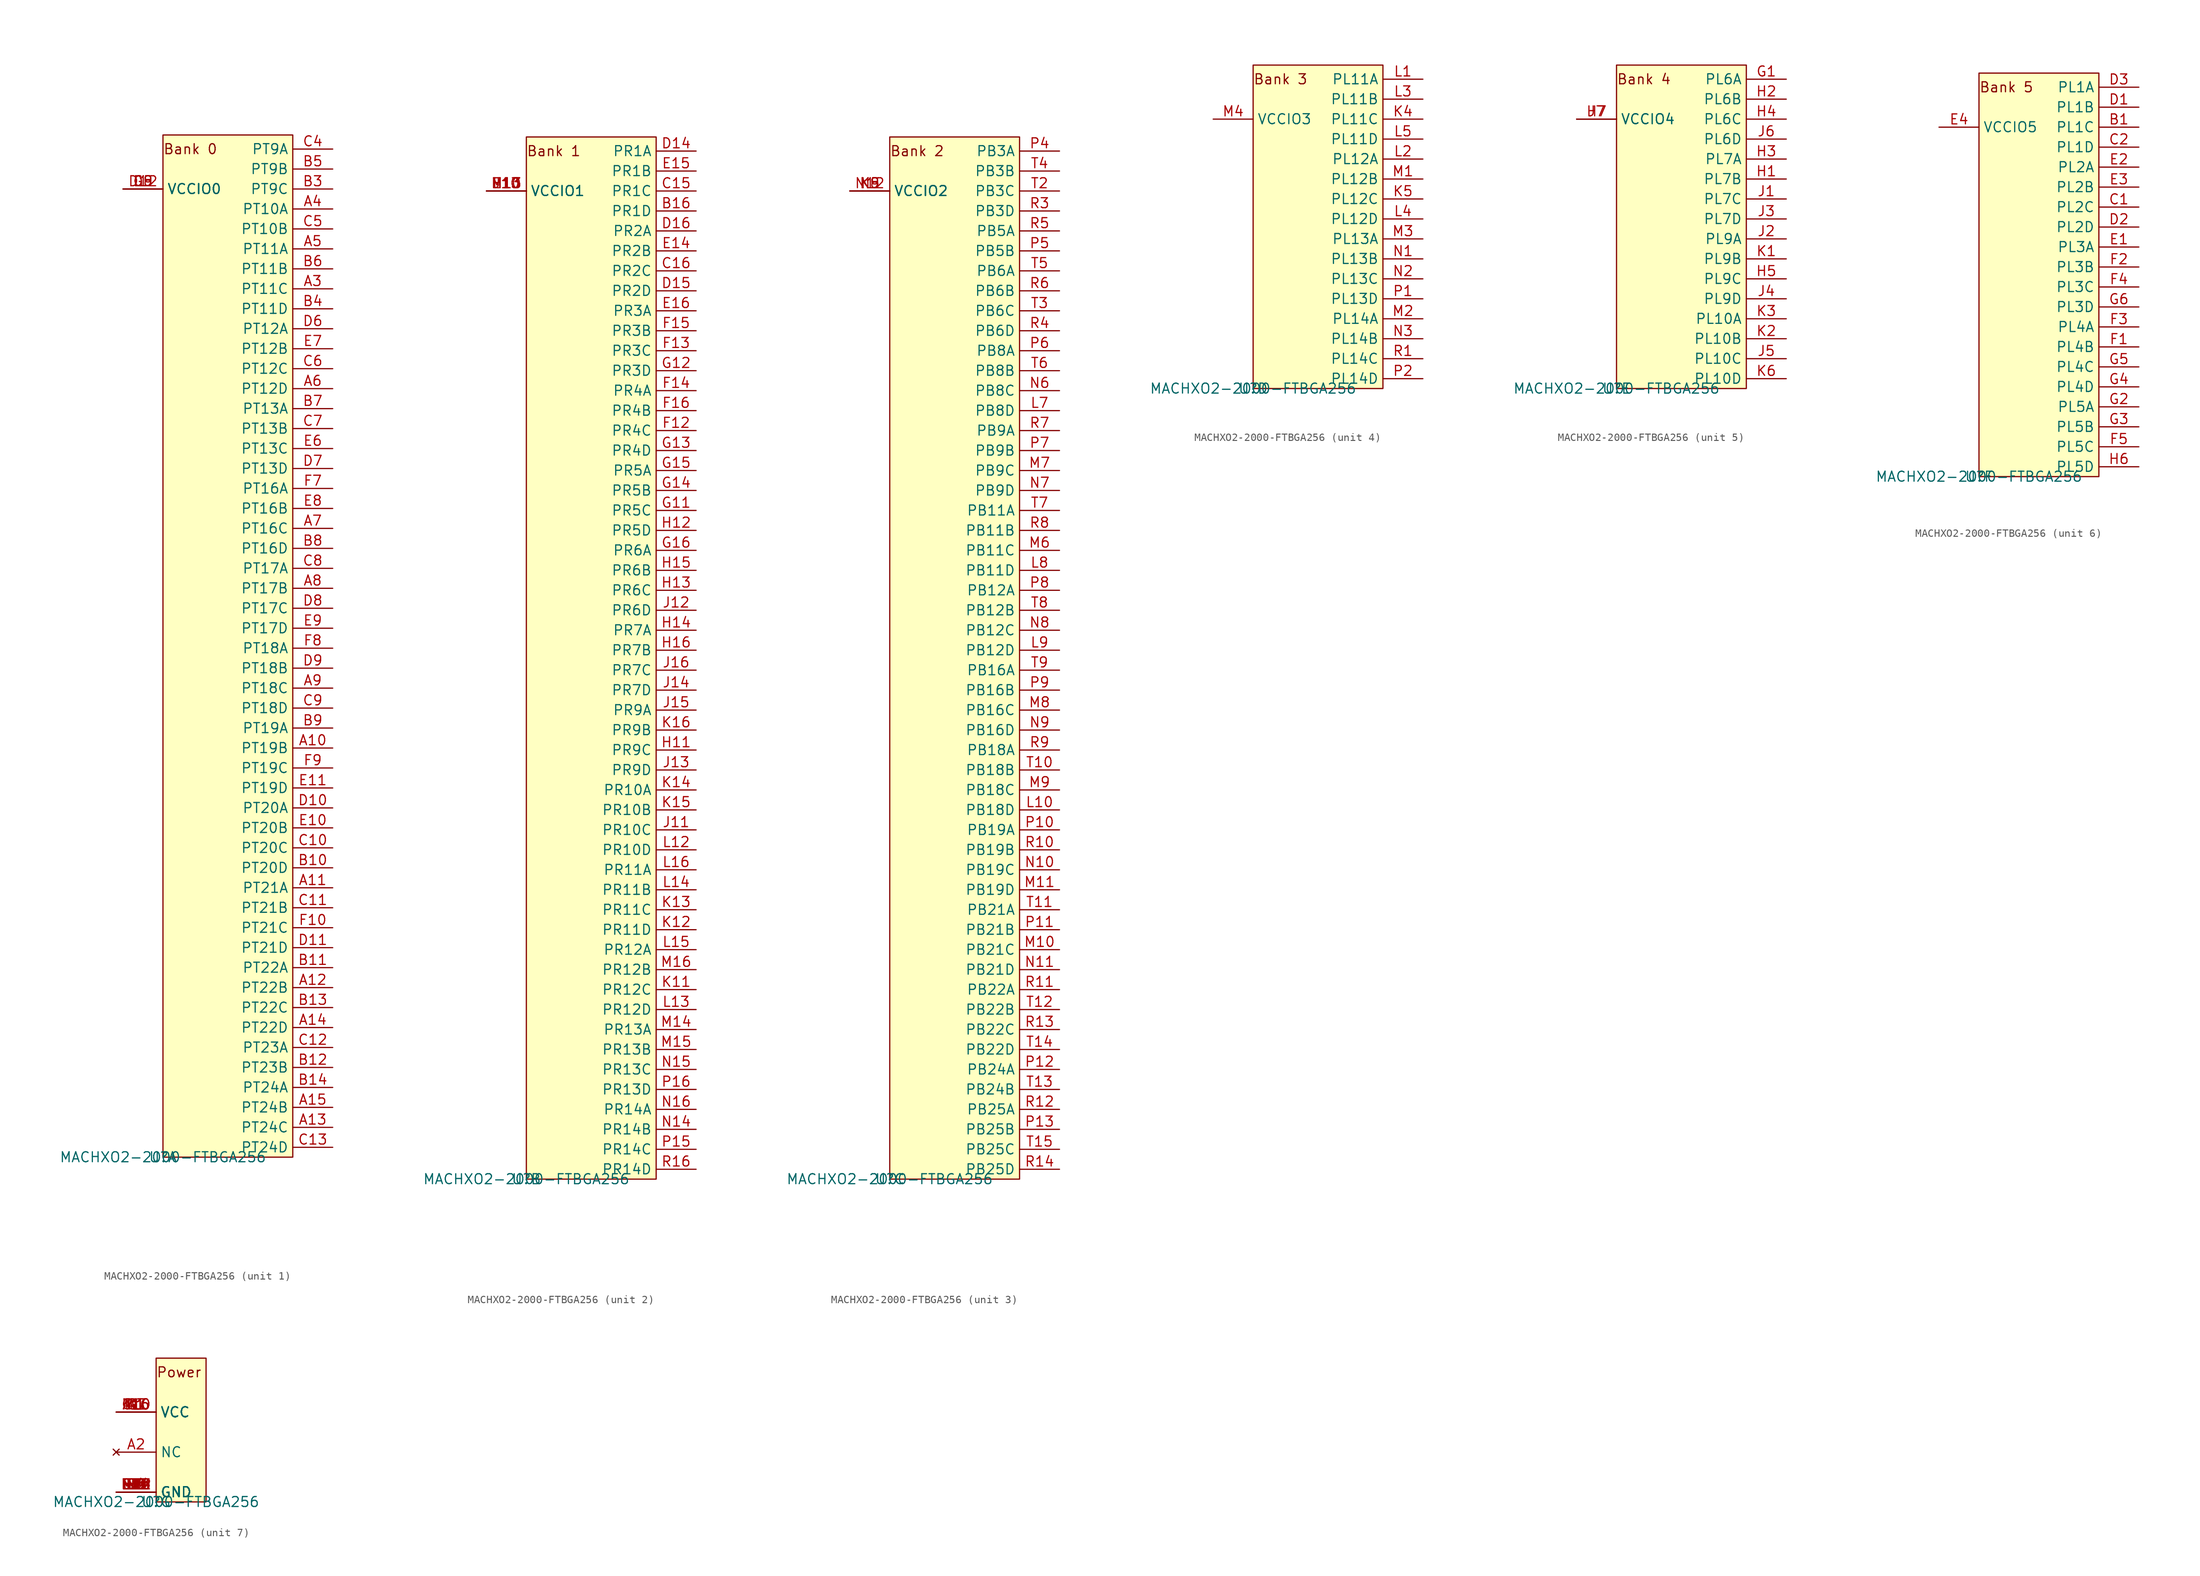
<source format=kicad_sym>
(kicad_symbol_lib
  (version 20211014)
  (generator kicad_symbol_editor)
  (symbol "MACHXO2-2000-FTBGA256"
    (property "Reference" "U"
      (at 0 0 0)
      (effects (font (size 1.27 1.27))))
    (property "Value" "MACHXO2-2000-FTBGA256"
      (at 0 0 0)
      (effects (font (size 1.27 1.27))))
    (property "ki_locked" ""
      (at 0 0 0)
      (effects (font (size 1.27 1.27))))
    (symbol "MACHXO2-2000-FTBGA256_1_0"
      (pin power_in line (at -5.08 123.174 0) (length 5.08) (name "VCCIO0" (effects (font (size 1.27 1.27)))) (number "D5" (effects (font (size 1.27 1.27)))))
      (pin power_in line (at -5.08 123.174 0) (length 5.08) (name "VCCIO0" (effects (font (size 1.27 1.27)))) (number "G8" (effects (font (size 1.27 1.27)))))
      (pin power_in line (at -5.08 123.174 0) (length 5.08) (name "VCCIO0" (effects (font (size 1.27 1.27)))) (number "D12" (effects (font (size 1.27 1.27)))))
      (pin power_in line (at -5.08 123.174 0) (length 5.08) (name "VCCIO0" (effects (font (size 1.27 1.27)))) (number "G9" (effects (font (size 1.27 1.27)))))
      (pin bidirectional line (at 21.59 128.254 180) (length 5.08) (name "PT9A" (effects (font (size 1.27 1.27)))) (number "C4" (effects (font (size 1.27 1.27)))))
      (pin bidirectional line (at 21.59 125.714 180) (length 5.08) (name "PT9B" (effects (font (size 1.27 1.27)))) (number "B5" (effects (font (size 1.27 1.27)))))
      (pin bidirectional line (at 21.59 123.174 180) (length 5.08) (name "PT9C" (effects (font (size 1.27 1.27)))) (number "B3" (effects (font (size 1.27 1.27)))))
      (pin bidirectional line (at 21.59 120.634 180) (length 5.08) (name "PT10A" (effects (font (size 1.27 1.27)))) (number "A4" (effects (font (size 1.27 1.27)))))
      (pin bidirectional line (at 21.59 118.094 180) (length 5.08) (name "PT10B" (effects (font (size 1.27 1.27)))) (number "C5" (effects (font (size 1.27 1.27)))))
      (pin bidirectional line (at 21.59 115.554 180) (length 5.08) (name "PT11A" (effects (font (size 1.27 1.27)))) (number "A5" (effects (font (size 1.27 1.27)))))
      (pin bidirectional line (at 21.59 113.014 180) (length 5.08) (name "PT11B" (effects (font (size 1.27 1.27)))) (number "B6" (effects (font (size 1.27 1.27)))))
      (pin bidirectional line (at 21.59 110.474 180) (length 5.08) (name "PT11C" (effects (font (size 1.27 1.27)))) (number "A3" (effects (font (size 1.27 1.27)))))
      (pin bidirectional line (at 21.59 107.934 180) (length 5.08) (name "PT11D" (effects (font (size 1.27 1.27)))) (number "B4" (effects (font (size 1.27 1.27)))))
      (pin bidirectional line (at 21.59 105.394 180) (length 5.08) (name "PT12A" (effects (font (size 1.27 1.27)))) (number "D6" (effects (font (size 1.27 1.27)))))
      (pin bidirectional line (at 21.59 102.854 180) (length 5.08) (name "PT12B" (effects (font (size 1.27 1.27)))) (number "E7" (effects (font (size 1.27 1.27)))))
      (pin bidirectional line (at 21.59 100.314 180) (length 5.08) (name "PT12C" (effects (font (size 1.27 1.27)))) (number "C6" (effects (font (size 1.27 1.27)))))
      (pin bidirectional line (at 21.59 97.774 180) (length 5.08) (name "PT12D" (effects (font (size 1.27 1.27)))) (number "A6" (effects (font (size 1.27 1.27)))))
      (pin bidirectional line (at 21.59 95.234 180) (length 5.08) (name "PT13A" (effects (font (size 1.27 1.27)))) (number "B7" (effects (font (size 1.27 1.27)))))
      (pin bidirectional line (at 21.59 92.694 180) (length 5.08) (name "PT13B" (effects (font (size 1.27 1.27)))) (number "C7" (effects (font (size 1.27 1.27)))))
      (pin bidirectional line (at 21.59 90.154 180) (length 5.08) (name "PT13C" (effects (font (size 1.27 1.27)))) (number "E6" (effects (font (size 1.27 1.27)))))
      (pin bidirectional line (at 21.59 87.614 180) (length 5.08) (name "PT13D" (effects (font (size 1.27 1.27)))) (number "D7" (effects (font (size 1.27 1.27)))))
      (pin bidirectional line (at 21.59 85.074 180) (length 5.08) (name "PT16A" (effects (font (size 1.27 1.27)))) (number "F7" (effects (font (size 1.27 1.27)))))
      (pin bidirectional line (at 21.59 82.534 180) (length 5.08) (name "PT16B" (effects (font (size 1.27 1.27)))) (number "E8" (effects (font (size 1.27 1.27)))))
      (pin bidirectional line (at 21.59 79.994 180) (length 5.08) (name "PT16C" (effects (font (size 1.27 1.27)))) (number "A7" (effects (font (size 1.27 1.27)))))
      (pin bidirectional line (at 21.59 77.454 180) (length 5.08) (name "PT16D" (effects (font (size 1.27 1.27)))) (number "B8" (effects (font (size 1.27 1.27)))))
      (pin bidirectional line (at 21.59 74.914 180) (length 5.08) (name "PT17A" (effects (font (size 1.27 1.27)))) (number "C8" (effects (font (size 1.27 1.27)))))
      (pin bidirectional line (at 21.59 72.374 180) (length 5.08) (name "PT17B" (effects (font (size 1.27 1.27)))) (number "A8" (effects (font (size 1.27 1.27)))))
      (pin bidirectional line (at 21.59 69.834 180) (length 5.08) (name "PT17C" (effects (font (size 1.27 1.27)))) (number "D8" (effects (font (size 1.27 1.27)))))
      (pin bidirectional line (at 21.59 67.294 180) (length 5.08) (name "PT17D" (effects (font (size 1.27 1.27)))) (number "E9" (effects (font (size 1.27 1.27)))))
      (pin bidirectional line (at 21.59 64.754 180) (length 5.08) (name "PT18A" (effects (font (size 1.27 1.27)))) (number "F8" (effects (font (size 1.27 1.27)))))
      (pin bidirectional line (at 21.59 62.214 180) (length 5.08) (name "PT18B" (effects (font (size 1.27 1.27)))) (number "D9" (effects (font (size 1.27 1.27)))))
      (pin bidirectional line (at 21.59 59.674 180) (length 5.08) (name "PT18C" (effects (font (size 1.27 1.27)))) (number "A9" (effects (font (size 1.27 1.27)))))
      (pin bidirectional line (at 21.59 57.134 180) (length 5.08) (name "PT18D" (effects (font (size 1.27 1.27)))) (number "C9" (effects (font (size 1.27 1.27)))))
      (pin bidirectional line (at 21.59 54.594 180) (length 5.08) (name "PT19A" (effects (font (size 1.27 1.27)))) (number "B9" (effects (font (size 1.27 1.27)))))
      (pin bidirectional line (at 21.59 52.054 180) (length 5.08) (name "PT19B" (effects (font (size 1.27 1.27)))) (number "A10" (effects (font (size 1.27 1.27)))))
      (pin bidirectional line (at 21.59 49.514 180) (length 5.08) (name "PT19C" (effects (font (size 1.27 1.27)))) (number "F9" (effects (font (size 1.27 1.27)))))
      (pin bidirectional line (at 21.59 46.974 180) (length 5.08) (name "PT19D" (effects (font (size 1.27 1.27)))) (number "E11" (effects (font (size 1.27 1.27)))))
      (pin bidirectional line (at 21.59 44.434 180) (length 5.08) (name "PT20A" (effects (font (size 1.27 1.27)))) (number "D10" (effects (font (size 1.27 1.27)))))
      (pin bidirectional line (at 21.59 41.894 180) (length 5.08) (name "PT20B" (effects (font (size 1.27 1.27)))) (number "E10" (effects (font (size 1.27 1.27)))))
      (pin bidirectional line (at 21.59 39.354 180) (length 5.08) (name "PT20C" (effects (font (size 1.27 1.27)))) (number "C10" (effects (font (size 1.27 1.27)))))
      (pin bidirectional line (at 21.59 36.814 180) (length 5.08) (name "PT20D" (effects (font (size 1.27 1.27)))) (number "B10" (effects (font (size 1.27 1.27)))))
      (pin bidirectional line (at 21.59 34.274 180) (length 5.08) (name "PT21A" (effects (font (size 1.27 1.27)))) (number "A11" (effects (font (size 1.27 1.27)))))
      (pin bidirectional line (at 21.59 31.734 180) (length 5.08) (name "PT21B" (effects (font (size 1.27 1.27)))) (number "C11" (effects (font (size 1.27 1.27)))))
      (pin bidirectional line (at 21.59 29.194 180) (length 5.08) (name "PT21C" (effects (font (size 1.27 1.27)))) (number "F10" (effects (font (size 1.27 1.27)))))
      (pin bidirectional line (at 21.59 26.654 180) (length 5.08) (name "PT21D" (effects (font (size 1.27 1.27)))) (number "D11" (effects (font (size 1.27 1.27)))))
      (pin bidirectional line (at 21.59 24.114 180) (length 5.08) (name "PT22A" (effects (font (size 1.27 1.27)))) (number "B11" (effects (font (size 1.27 1.27)))))
      (pin bidirectional line (at 21.59 21.574 180) (length 5.08) (name "PT22B" (effects (font (size 1.27 1.27)))) (number "A12" (effects (font (size 1.27 1.27)))))
      (pin bidirectional line (at 21.59 19.034 180) (length 5.08) (name "PT22C" (effects (font (size 1.27 1.27)))) (number "B13" (effects (font (size 1.27 1.27)))))
      (pin bidirectional line (at 21.59 16.494 180) (length 5.08) (name "PT22D" (effects (font (size 1.27 1.27)))) (number "A14" (effects (font (size 1.27 1.27)))))
      (pin bidirectional line (at 21.59 13.954 180) (length 5.08) (name "PT23A" (effects (font (size 1.27 1.27)))) (number "C12" (effects (font (size 1.27 1.27)))))
      (pin bidirectional line (at 21.59 11.414 180) (length 5.08) (name "PT23B" (effects (font (size 1.27 1.27)))) (number "B12" (effects (font (size 1.27 1.27)))))
      (pin bidirectional line (at 21.59 8.874 180) (length 5.08) (name "PT24A" (effects (font (size 1.27 1.27)))) (number "B14" (effects (font (size 1.27 1.27)))))
      (pin bidirectional line (at 21.59 6.334 180) (length 5.08) (name "PT24B" (effects (font (size 1.27 1.27)))) (number "A15" (effects (font (size 1.27 1.27)))))
      (pin bidirectional line (at 21.59 3.794 180) (length 5.08) (name "PT24C" (effects (font (size 1.27 1.27)))) (number "A13" (effects (font (size 1.27 1.27)))))
      (pin bidirectional line (at 21.59 1.254 180) (length 5.08) (name "PT24D" (effects (font (size 1.27 1.27)))) (number "C13" (effects (font (size 1.27 1.27))))))
    (symbol "MACHXO2-2000-FTBGA256_1_1"
      (rectangle (start 0 0) (end 16.51 130.048) (stroke (width 0) (type default) (color 0 0 0 0)) (fill (type background)))
      (text "Bank 0" (at 0 128.254 0) (effects (font (size 1.27 1.27)) (justify left))))
    (symbol "MACHXO2-2000-FTBGA256_2_0"
      (pin power_in line (at -5.08 125.714 0) (length 5.08) (name "VCCIO1" (effects (font (size 1.27 1.27)))) (number "E13" (effects (font (size 1.27 1.27)))))
      (pin power_in line (at -5.08 125.714 0) (length 5.08) (name "VCCIO1" (effects (font (size 1.27 1.27)))) (number "H10" (effects (font (size 1.27 1.27)))))
      (pin power_in line (at -5.08 125.714 0) (length 5.08) (name "VCCIO1" (effects (font (size 1.27 1.27)))) (number "J10" (effects (font (size 1.27 1.27)))))
      (pin power_in line (at -5.08 125.714 0) (length 5.08) (name "VCCIO1" (effects (font (size 1.27 1.27)))) (number "M13" (effects (font (size 1.27 1.27)))))
      (pin bidirectional line (at 21.59 130.794 180) (length 5.08) (name "PR1A" (effects (font (size 1.27 1.27)))) (number "D14" (effects (font (size 1.27 1.27)))))
      (pin bidirectional line (at 21.59 128.254 180) (length 5.08) (name "PR1B" (effects (font (size 1.27 1.27)))) (number "E15" (effects (font (size 1.27 1.27)))))
      (pin bidirectional line (at 21.59 125.714 180) (length 5.08) (name "PR1C" (effects (font (size 1.27 1.27)))) (number "C15" (effects (font (size 1.27 1.27)))))
      (pin bidirectional line (at 21.59 123.174 180) (length 5.08) (name "PR1D" (effects (font (size 1.27 1.27)))) (number "B16" (effects (font (size 1.27 1.27)))))
      (pin bidirectional line (at 21.59 120.634 180) (length 5.08) (name "PR2A" (effects (font (size 1.27 1.27)))) (number "D16" (effects (font (size 1.27 1.27)))))
      (pin bidirectional line (at 21.59 118.094 180) (length 5.08) (name "PR2B" (effects (font (size 1.27 1.27)))) (number "E14" (effects (font (size 1.27 1.27)))))
      (pin bidirectional line (at 21.59 115.554 180) (length 5.08) (name "PR2C" (effects (font (size 1.27 1.27)))) (number "C16" (effects (font (size 1.27 1.27)))))
      (pin bidirectional line (at 21.59 113.014 180) (length 5.08) (name "PR2D" (effects (font (size 1.27 1.27)))) (number "D15" (effects (font (size 1.27 1.27)))))
      (pin bidirectional line (at 21.59 110.474 180) (length 5.08) (name "PR3A" (effects (font (size 1.27 1.27)))) (number "E16" (effects (font (size 1.27 1.27)))))
      (pin bidirectional line (at 21.59 107.934 180) (length 5.08) (name "PR3B" (effects (font (size 1.27 1.27)))) (number "F15" (effects (font (size 1.27 1.27)))))
      (pin bidirectional line (at 21.59 105.394 180) (length 5.08) (name "PR3C" (effects (font (size 1.27 1.27)))) (number "F13" (effects (font (size 1.27 1.27)))))
      (pin bidirectional line (at 21.59 102.854 180) (length 5.08) (name "PR3D" (effects (font (size 1.27 1.27)))) (number "G12" (effects (font (size 1.27 1.27)))))
      (pin bidirectional line (at 21.59 100.314 180) (length 5.08) (name "PR4A" (effects (font (size 1.27 1.27)))) (number "F14" (effects (font (size 1.27 1.27)))))
      (pin bidirectional line (at 21.59 97.774 180) (length 5.08) (name "PR4B" (effects (font (size 1.27 1.27)))) (number "F16" (effects (font (size 1.27 1.27)))))
      (pin bidirectional line (at 21.59 95.234 180) (length 5.08) (name "PR4C" (effects (font (size 1.27 1.27)))) (number "F12" (effects (font (size 1.27 1.27)))))
      (pin bidirectional line (at 21.59 92.694 180) (length 5.08) (name "PR4D" (effects (font (size 1.27 1.27)))) (number "G13" (effects (font (size 1.27 1.27)))))
      (pin bidirectional line (at 21.59 90.154 180) (length 5.08) (name "PR5A" (effects (font (size 1.27 1.27)))) (number "G15" (effects (font (size 1.27 1.27)))))
      (pin bidirectional line (at 21.59 87.614 180) (length 5.08) (name "PR5B" (effects (font (size 1.27 1.27)))) (number "G14" (effects (font (size 1.27 1.27)))))
      (pin bidirectional line (at 21.59 85.074 180) (length 5.08) (name "PR5C" (effects (font (size 1.27 1.27)))) (number "G11" (effects (font (size 1.27 1.27)))))
      (pin bidirectional line (at 21.59 82.534 180) (length 5.08) (name "PR5D" (effects (font (size 1.27 1.27)))) (number "H12" (effects (font (size 1.27 1.27)))))
      (pin bidirectional line (at 21.59 79.994 180) (length 5.08) (name "PR6A" (effects (font (size 1.27 1.27)))) (number "G16" (effects (font (size 1.27 1.27)))))
      (pin bidirectional line (at 21.59 77.454 180) (length 5.08) (name "PR6B" (effects (font (size 1.27 1.27)))) (number "H15" (effects (font (size 1.27 1.27)))))
      (pin bidirectional line (at 21.59 74.914 180) (length 5.08) (name "PR6C" (effects (font (size 1.27 1.27)))) (number "H13" (effects (font (size 1.27 1.27)))))
      (pin bidirectional line (at 21.59 72.374 180) (length 5.08) (name "PR6D" (effects (font (size 1.27 1.27)))) (number "J12" (effects (font (size 1.27 1.27)))))
      (pin bidirectional line (at 21.59 69.834 180) (length 5.08) (name "PR7A" (effects (font (size 1.27 1.27)))) (number "H14" (effects (font (size 1.27 1.27)))))
      (pin bidirectional line (at 21.59 67.294 180) (length 5.08) (name "PR7B" (effects (font (size 1.27 1.27)))) (number "H16" (effects (font (size 1.27 1.27)))))
      (pin bidirectional line (at 21.59 64.754 180) (length 5.08) (name "PR7C" (effects (font (size 1.27 1.27)))) (number "J16" (effects (font (size 1.27 1.27)))))
      (pin bidirectional line (at 21.59 62.214 180) (length 5.08) (name "PR7D" (effects (font (size 1.27 1.27)))) (number "J14" (effects (font (size 1.27 1.27)))))
      (pin bidirectional line (at 21.59 59.674 180) (length 5.08) (name "PR9A" (effects (font (size 1.27 1.27)))) (number "J15" (effects (font (size 1.27 1.27)))))
      (pin bidirectional line (at 21.59 57.134 180) (length 5.08) (name "PR9B" (effects (font (size 1.27 1.27)))) (number "K16" (effects (font (size 1.27 1.27)))))
      (pin bidirectional line (at 21.59 54.594 180) (length 5.08) (name "PR9C" (effects (font (size 1.27 1.27)))) (number "H11" (effects (font (size 1.27 1.27)))))
      (pin bidirectional line (at 21.59 52.054 180) (length 5.08) (name "PR9D" (effects (font (size 1.27 1.27)))) (number "J13" (effects (font (size 1.27 1.27)))))
      (pin bidirectional line (at 21.59 49.514 180) (length 5.08) (name "PR10A" (effects (font (size 1.27 1.27)))) (number "K14" (effects (font (size 1.27 1.27)))))
      (pin bidirectional line (at 21.59 46.974 180) (length 5.08) (name "PR10B" (effects (font (size 1.27 1.27)))) (number "K15" (effects (font (size 1.27 1.27)))))
      (pin bidirectional line (at 21.59 44.434 180) (length 5.08) (name "PR10C" (effects (font (size 1.27 1.27)))) (number "J11" (effects (font (size 1.27 1.27)))))
      (pin bidirectional line (at 21.59 41.894 180) (length 5.08) (name "PR10D" (effects (font (size 1.27 1.27)))) (number "L12" (effects (font (size 1.27 1.27)))))
      (pin bidirectional line (at 21.59 39.354 180) (length 5.08) (name "PR11A" (effects (font (size 1.27 1.27)))) (number "L16" (effects (font (size 1.27 1.27)))))
      (pin bidirectional line (at 21.59 36.814 180) (length 5.08) (name "PR11B" (effects (font (size 1.27 1.27)))) (number "L14" (effects (font (size 1.27 1.27)))))
      (pin bidirectional line (at 21.59 34.274 180) (length 5.08) (name "PR11C" (effects (font (size 1.27 1.27)))) (number "K13" (effects (font (size 1.27 1.27)))))
      (pin bidirectional line (at 21.59 31.734 180) (length 5.08) (name "PR11D" (effects (font (size 1.27 1.27)))) (number "K12" (effects (font (size 1.27 1.27)))))
      (pin bidirectional line (at 21.59 29.194 180) (length 5.08) (name "PR12A" (effects (font (size 1.27 1.27)))) (number "L15" (effects (font (size 1.27 1.27)))))
      (pin bidirectional line (at 21.59 26.654 180) (length 5.08) (name "PR12B" (effects (font (size 1.27 1.27)))) (number "M16" (effects (font (size 1.27 1.27)))))
      (pin bidirectional line (at 21.59 24.114 180) (length 5.08) (name "PR12C" (effects (font (size 1.27 1.27)))) (number "K11" (effects (font (size 1.27 1.27)))))
      (pin bidirectional line (at 21.59 21.574 180) (length 5.08) (name "PR12D" (effects (font (size 1.27 1.27)))) (number "L13" (effects (font (size 1.27 1.27)))))
      (pin bidirectional line (at 21.59 19.034 180) (length 5.08) (name "PR13A" (effects (font (size 1.27 1.27)))) (number "M14" (effects (font (size 1.27 1.27)))))
      (pin bidirectional line (at 21.59 16.494 180) (length 5.08) (name "PR13B" (effects (font (size 1.27 1.27)))) (number "M15" (effects (font (size 1.27 1.27)))))
      (pin bidirectional line (at 21.59 13.954 180) (length 5.08) (name "PR13C" (effects (font (size 1.27 1.27)))) (number "N15" (effects (font (size 1.27 1.27)))))
      (pin bidirectional line (at 21.59 11.414 180) (length 5.08) (name "PR13D" (effects (font (size 1.27 1.27)))) (number "P16" (effects (font (size 1.27 1.27)))))
      (pin bidirectional line (at 21.59 8.874 180) (length 5.08) (name "PR14A" (effects (font (size 1.27 1.27)))) (number "N16" (effects (font (size 1.27 1.27)))))
      (pin bidirectional line (at 21.59 6.334 180) (length 5.08) (name "PR14B" (effects (font (size 1.27 1.27)))) (number "N14" (effects (font (size 1.27 1.27)))))
      (pin bidirectional line (at 21.59 3.794 180) (length 5.08) (name "PR14C" (effects (font (size 1.27 1.27)))) (number "P15" (effects (font (size 1.27 1.27)))))
      (pin bidirectional line (at 21.59 1.254 180) (length 5.08) (name "PR14D" (effects (font (size 1.27 1.27)))) (number "R16" (effects (font (size 1.27 1.27))))))
    (symbol "MACHXO2-2000-FTBGA256_2_1"
      (rectangle (start 0 0) (end 16.51 132.588) (stroke (width 0) (type default) (color 0 0 0 0)) (fill (type background)))
      (text "Bank 1" (at 0 130.794 0) (effects (font (size 1.27 1.27)) (justify left))))
    (symbol "MACHXO2-2000-FTBGA256_3_0"
      (pin power_in line (at -5.08 125.714 0) (length 5.08) (name "VCCIO2" (effects (font (size 1.27 1.27)))) (number "K9" (effects (font (size 1.27 1.27)))))
      (pin power_in line (at -5.08 125.714 0) (length 5.08) (name "VCCIO2" (effects (font (size 1.27 1.27)))) (number "N12" (effects (font (size 1.27 1.27)))))
      (pin power_in line (at -5.08 125.714 0) (length 5.08) (name "VCCIO2" (effects (font (size 1.27 1.27)))) (number "K8" (effects (font (size 1.27 1.27)))))
      (pin power_in line (at -5.08 125.714 0) (length 5.08) (name "VCCIO2" (effects (font (size 1.27 1.27)))) (number "N5" (effects (font (size 1.27 1.27)))))
      (pin bidirectional line (at 21.59 130.794 180) (length 5.08) (name "PB3A" (effects (font (size 1.27 1.27)))) (number "P4" (effects (font (size 1.27 1.27)))))
      (pin bidirectional line (at 21.59 128.254 180) (length 5.08) (name "PB3B" (effects (font (size 1.27 1.27)))) (number "T4" (effects (font (size 1.27 1.27)))))
      (pin bidirectional line (at 21.59 125.714 180) (length 5.08) (name "PB3C" (effects (font (size 1.27 1.27)))) (number "T2" (effects (font (size 1.27 1.27)))))
      (pin bidirectional line (at 21.59 123.174 180) (length 5.08) (name "PB3D" (effects (font (size 1.27 1.27)))) (number "R3" (effects (font (size 1.27 1.27)))))
      (pin bidirectional line (at 21.59 120.634 180) (length 5.08) (name "PB5A" (effects (font (size 1.27 1.27)))) (number "R5" (effects (font (size 1.27 1.27)))))
      (pin bidirectional line (at 21.59 118.094 180) (length 5.08) (name "PB5B" (effects (font (size 1.27 1.27)))) (number "P5" (effects (font (size 1.27 1.27)))))
      (pin bidirectional line (at 21.59 115.554 180) (length 5.08) (name "PB6A" (effects (font (size 1.27 1.27)))) (number "T5" (effects (font (size 1.27 1.27)))))
      (pin bidirectional line (at 21.59 113.014 180) (length 5.08) (name "PB6B" (effects (font (size 1.27 1.27)))) (number "R6" (effects (font (size 1.27 1.27)))))
      (pin bidirectional line (at 21.59 110.474 180) (length 5.08) (name "PB6C" (effects (font (size 1.27 1.27)))) (number "T3" (effects (font (size 1.27 1.27)))))
      (pin bidirectional line (at 21.59 107.934 180) (length 5.08) (name "PB6D" (effects (font (size 1.27 1.27)))) (number "R4" (effects (font (size 1.27 1.27)))))
      (pin bidirectional line (at 21.59 105.394 180) (length 5.08) (name "PB8A" (effects (font (size 1.27 1.27)))) (number "P6" (effects (font (size 1.27 1.27)))))
      (pin bidirectional line (at 21.59 102.854 180) (length 5.08) (name "PB8B" (effects (font (size 1.27 1.27)))) (number "T6" (effects (font (size 1.27 1.27)))))
      (pin bidirectional line (at 21.59 100.314 180) (length 5.08) (name "PB8C" (effects (font (size 1.27 1.27)))) (number "N6" (effects (font (size 1.27 1.27)))))
      (pin bidirectional line (at 21.59 97.774 180) (length 5.08) (name "PB8D" (effects (font (size 1.27 1.27)))) (number "L7" (effects (font (size 1.27 1.27)))))
      (pin bidirectional line (at 21.59 95.234 180) (length 5.08) (name "PB9A" (effects (font (size 1.27 1.27)))) (number "R7" (effects (font (size 1.27 1.27)))))
      (pin bidirectional line (at 21.59 92.694 180) (length 5.08) (name "PB9B" (effects (font (size 1.27 1.27)))) (number "P7" (effects (font (size 1.27 1.27)))))
      (pin bidirectional line (at 21.59 90.154 180) (length 5.08) (name "PB9C" (effects (font (size 1.27 1.27)))) (number "M7" (effects (font (size 1.27 1.27)))))
      (pin bidirectional line (at 21.59 87.614 180) (length 5.08) (name "PB9D" (effects (font (size 1.27 1.27)))) (number "N7" (effects (font (size 1.27 1.27)))))
      (pin bidirectional line (at 21.59 85.074 180) (length 5.08) (name "PB11A" (effects (font (size 1.27 1.27)))) (number "T7" (effects (font (size 1.27 1.27)))))
      (pin bidirectional line (at 21.59 82.534 180) (length 5.08) (name "PB11B" (effects (font (size 1.27 1.27)))) (number "R8" (effects (font (size 1.27 1.27)))))
      (pin bidirectional line (at 21.59 79.994 180) (length 5.08) (name "PB11C" (effects (font (size 1.27 1.27)))) (number "M6" (effects (font (size 1.27 1.27)))))
      (pin bidirectional line (at 21.59 77.454 180) (length 5.08) (name "PB11D" (effects (font (size 1.27 1.27)))) (number "L8" (effects (font (size 1.27 1.27)))))
      (pin bidirectional line (at 21.59 74.914 180) (length 5.08) (name "PB12A" (effects (font (size 1.27 1.27)))) (number "P8" (effects (font (size 1.27 1.27)))))
      (pin bidirectional line (at 21.59 72.374 180) (length 5.08) (name "PB12B" (effects (font (size 1.27 1.27)))) (number "T8" (effects (font (size 1.27 1.27)))))
      (pin bidirectional line (at 21.59 69.834 180) (length 5.08) (name "PB12C" (effects (font (size 1.27 1.27)))) (number "N8" (effects (font (size 1.27 1.27)))))
      (pin bidirectional line (at 21.59 67.294 180) (length 5.08) (name "PB12D" (effects (font (size 1.27 1.27)))) (number "L9" (effects (font (size 1.27 1.27)))))
      (pin bidirectional line (at 21.59 64.754 180) (length 5.08) (name "PB16A" (effects (font (size 1.27 1.27)))) (number "T9" (effects (font (size 1.27 1.27)))))
      (pin bidirectional line (at 21.59 62.214 180) (length 5.08) (name "PB16B" (effects (font (size 1.27 1.27)))) (number "P9" (effects (font (size 1.27 1.27)))))
      (pin bidirectional line (at 21.59 59.674 180) (length 5.08) (name "PB16C" (effects (font (size 1.27 1.27)))) (number "M8" (effects (font (size 1.27 1.27)))))
      (pin bidirectional line (at 21.59 57.134 180) (length 5.08) (name "PB16D" (effects (font (size 1.27 1.27)))) (number "N9" (effects (font (size 1.27 1.27)))))
      (pin bidirectional line (at 21.59 54.594 180) (length 5.08) (name "PB18A" (effects (font (size 1.27 1.27)))) (number "R9" (effects (font (size 1.27 1.27)))))
      (pin bidirectional line (at 21.59 52.054 180) (length 5.08) (name "PB18B" (effects (font (size 1.27 1.27)))) (number "T10" (effects (font (size 1.27 1.27)))))
      (pin bidirectional line (at 21.59 49.514 180) (length 5.08) (name "PB18C" (effects (font (size 1.27 1.27)))) (number "M9" (effects (font (size 1.27 1.27)))))
      (pin bidirectional line (at 21.59 46.974 180) (length 5.08) (name "PB18D" (effects (font (size 1.27 1.27)))) (number "L10" (effects (font (size 1.27 1.27)))))
      (pin bidirectional line (at 21.59 44.434 180) (length 5.08) (name "PB19A" (effects (font (size 1.27 1.27)))) (number "P10" (effects (font (size 1.27 1.27)))))
      (pin bidirectional line (at 21.59 41.894 180) (length 5.08) (name "PB19B" (effects (font (size 1.27 1.27)))) (number "R10" (effects (font (size 1.27 1.27)))))
      (pin bidirectional line (at 21.59 39.354 180) (length 5.08) (name "PB19C" (effects (font (size 1.27 1.27)))) (number "N10" (effects (font (size 1.27 1.27)))))
      (pin bidirectional line (at 21.59 36.814 180) (length 5.08) (name "PB19D" (effects (font (size 1.27 1.27)))) (number "M11" (effects (font (size 1.27 1.27)))))
      (pin bidirectional line (at 21.59 34.274 180) (length 5.08) (name "PB21A" (effects (font (size 1.27 1.27)))) (number "T11" (effects (font (size 1.27 1.27)))))
      (pin bidirectional line (at 21.59 31.734 180) (length 5.08) (name "PB21B" (effects (font (size 1.27 1.27)))) (number "P11" (effects (font (size 1.27 1.27)))))
      (pin bidirectional line (at 21.59 29.194 180) (length 5.08) (name "PB21C" (effects (font (size 1.27 1.27)))) (number "M10" (effects (font (size 1.27 1.27)))))
      (pin bidirectional line (at 21.59 26.654 180) (length 5.08) (name "PB21D" (effects (font (size 1.27 1.27)))) (number "N11" (effects (font (size 1.27 1.27)))))
      (pin bidirectional line (at 21.59 24.114 180) (length 5.08) (name "PB22A" (effects (font (size 1.27 1.27)))) (number "R11" (effects (font (size 1.27 1.27)))))
      (pin bidirectional line (at 21.59 21.574 180) (length 5.08) (name "PB22B" (effects (font (size 1.27 1.27)))) (number "T12" (effects (font (size 1.27 1.27)))))
      (pin bidirectional line (at 21.59 19.034 180) (length 5.08) (name "PB22C" (effects (font (size 1.27 1.27)))) (number "R13" (effects (font (size 1.27 1.27)))))
      (pin bidirectional line (at 21.59 16.494 180) (length 5.08) (name "PB22D" (effects (font (size 1.27 1.27)))) (number "T14" (effects (font (size 1.27 1.27)))))
      (pin bidirectional line (at 21.59 13.954 180) (length 5.08) (name "PB24A" (effects (font (size 1.27 1.27)))) (number "P12" (effects (font (size 1.27 1.27)))))
      (pin bidirectional line (at 21.59 11.414 180) (length 5.08) (name "PB24B" (effects (font (size 1.27 1.27)))) (number "T13" (effects (font (size 1.27 1.27)))))
      (pin bidirectional line (at 21.59 8.874 180) (length 5.08) (name "PB25A" (effects (font (size 1.27 1.27)))) (number "R12" (effects (font (size 1.27 1.27)))))
      (pin bidirectional line (at 21.59 6.334 180) (length 5.08) (name "PB25B" (effects (font (size 1.27 1.27)))) (number "P13" (effects (font (size 1.27 1.27)))))
      (pin bidirectional line (at 21.59 3.794 180) (length 5.08) (name "PB25C" (effects (font (size 1.27 1.27)))) (number "T15" (effects (font (size 1.27 1.27)))))
      (pin bidirectional line (at 21.59 1.254 180) (length 5.08) (name "PB25D" (effects (font (size 1.27 1.27)))) (number "R14" (effects (font (size 1.27 1.27))))))
    (symbol "MACHXO2-2000-FTBGA256_3_1"
      (rectangle (start 0 0) (end 16.51 132.588) (stroke (width 0) (type default) (color 0 0 0 0)) (fill (type background)))
      (text "Bank 2" (at 0 130.794 0) (effects (font (size 1.27 1.27)) (justify left))))
    (symbol "MACHXO2-2000-FTBGA256_4_0"
      (pin power_in line (at -5.08 34.274 0) (length 5.08) (name "VCCIO3" (effects (font (size 1.27 1.27)))) (number "M4" (effects (font (size 1.27 1.27)))))
      (pin bidirectional line (at 21.59 39.354 180) (length 5.08) (name "PL11A" (effects (font (size 1.27 1.27)))) (number "L1" (effects (font (size 1.27 1.27)))))
      (pin bidirectional line (at 21.59 36.814 180) (length 5.08) (name "PL11B" (effects (font (size 1.27 1.27)))) (number "L3" (effects (font (size 1.27 1.27)))))
      (pin bidirectional line (at 21.59 34.274 180) (length 5.08) (name "PL11C" (effects (font (size 1.27 1.27)))) (number "K4" (effects (font (size 1.27 1.27)))))
      (pin bidirectional line (at 21.59 31.734 180) (length 5.08) (name "PL11D" (effects (font (size 1.27 1.27)))) (number "L5" (effects (font (size 1.27 1.27)))))
      (pin bidirectional line (at 21.59 29.194 180) (length 5.08) (name "PL12A" (effects (font (size 1.27 1.27)))) (number "L2" (effects (font (size 1.27 1.27)))))
      (pin bidirectional line (at 21.59 26.654 180) (length 5.08) (name "PL12B" (effects (font (size 1.27 1.27)))) (number "M1" (effects (font (size 1.27 1.27)))))
      (pin bidirectional line (at 21.59 24.114 180) (length 5.08) (name "PL12C" (effects (font (size 1.27 1.27)))) (number "K5" (effects (font (size 1.27 1.27)))))
      (pin bidirectional line (at 21.59 21.574 180) (length 5.08) (name "PL12D" (effects (font (size 1.27 1.27)))) (number "L4" (effects (font (size 1.27 1.27)))))
      (pin bidirectional line (at 21.59 19.034 180) (length 5.08) (name "PL13A" (effects (font (size 1.27 1.27)))) (number "M3" (effects (font (size 1.27 1.27)))))
      (pin bidirectional line (at 21.59 16.494 180) (length 5.08) (name "PL13B" (effects (font (size 1.27 1.27)))) (number "N1" (effects (font (size 1.27 1.27)))))
      (pin bidirectional line (at 21.59 13.954 180) (length 5.08) (name "PL13C" (effects (font (size 1.27 1.27)))) (number "N2" (effects (font (size 1.27 1.27)))))
      (pin bidirectional line (at 21.59 11.414 180) (length 5.08) (name "PL13D" (effects (font (size 1.27 1.27)))) (number "P1" (effects (font (size 1.27 1.27)))))
      (pin bidirectional line (at 21.59 8.874 180) (length 5.08) (name "PL14A" (effects (font (size 1.27 1.27)))) (number "M2" (effects (font (size 1.27 1.27)))))
      (pin bidirectional line (at 21.59 6.334 180) (length 5.08) (name "PL14B" (effects (font (size 1.27 1.27)))) (number "N3" (effects (font (size 1.27 1.27)))))
      (pin bidirectional line (at 21.59 3.794 180) (length 5.08) (name "PL14C" (effects (font (size 1.27 1.27)))) (number "R1" (effects (font (size 1.27 1.27)))))
      (pin bidirectional line (at 21.59 1.254 180) (length 5.08) (name "PL14D" (effects (font (size 1.27 1.27)))) (number "P2" (effects (font (size 1.27 1.27))))))
    (symbol "MACHXO2-2000-FTBGA256_4_1"
      (rectangle (start 0 0) (end 16.51 41.148) (stroke (width 0) (type default) (color 0 0 0 0)) (fill (type background)))
      (text "Bank 3" (at 0 39.354 0) (effects (font (size 1.27 1.27)) (justify left))))
    (symbol "MACHXO2-2000-FTBGA256_5_0"
      (pin power_in line (at -5.08 34.274 0) (length 5.08) (name "VCCIO4" (effects (font (size 1.27 1.27)))) (number "J7" (effects (font (size 1.27 1.27)))))
      (pin power_in line (at -5.08 34.274 0) (length 5.08) (name "VCCIO4" (effects (font (size 1.27 1.27)))) (number "H7" (effects (font (size 1.27 1.27)))))
      (pin bidirectional line (at 21.59 39.354 180) (length 5.08) (name "PL6A" (effects (font (size 1.27 1.27)))) (number "G1" (effects (font (size 1.27 1.27)))))
      (pin bidirectional line (at 21.59 36.814 180) (length 5.08) (name "PL6B" (effects (font (size 1.27 1.27)))) (number "H2" (effects (font (size 1.27 1.27)))))
      (pin bidirectional line (at 21.59 34.274 180) (length 5.08) (name "PL6C" (effects (font (size 1.27 1.27)))) (number "H4" (effects (font (size 1.27 1.27)))))
      (pin bidirectional line (at 21.59 31.734 180) (length 5.08) (name "PL6D" (effects (font (size 1.27 1.27)))) (number "J6" (effects (font (size 1.27 1.27)))))
      (pin bidirectional line (at 21.59 29.194 180) (length 5.08) (name "PL7A" (effects (font (size 1.27 1.27)))) (number "H3" (effects (font (size 1.27 1.27)))))
      (pin bidirectional line (at 21.59 26.654 180) (length 5.08) (name "PL7B" (effects (font (size 1.27 1.27)))) (number "H1" (effects (font (size 1.27 1.27)))))
      (pin bidirectional line (at 21.59 24.114 180) (length 5.08) (name "PL7C" (effects (font (size 1.27 1.27)))) (number "J1" (effects (font (size 1.27 1.27)))))
      (pin bidirectional line (at 21.59 21.574 180) (length 5.08) (name "PL7D" (effects (font (size 1.27 1.27)))) (number "J3" (effects (font (size 1.27 1.27)))))
      (pin bidirectional line (at 21.59 19.034 180) (length 5.08) (name "PL9A" (effects (font (size 1.27 1.27)))) (number "J2" (effects (font (size 1.27 1.27)))))
      (pin bidirectional line (at 21.59 16.494 180) (length 5.08) (name "PL9B" (effects (font (size 1.27 1.27)))) (number "K1" (effects (font (size 1.27 1.27)))))
      (pin bidirectional line (at 21.59 13.954 180) (length 5.08) (name "PL9C" (effects (font (size 1.27 1.27)))) (number "H5" (effects (font (size 1.27 1.27)))))
      (pin bidirectional line (at 21.59 11.414 180) (length 5.08) (name "PL9D" (effects (font (size 1.27 1.27)))) (number "J4" (effects (font (size 1.27 1.27)))))
      (pin bidirectional line (at 21.59 8.874 180) (length 5.08) (name "PL10A" (effects (font (size 1.27 1.27)))) (number "K3" (effects (font (size 1.27 1.27)))))
      (pin bidirectional line (at 21.59 6.334 180) (length 5.08) (name "PL10B" (effects (font (size 1.27 1.27)))) (number "K2" (effects (font (size 1.27 1.27)))))
      (pin bidirectional line (at 21.59 3.794 180) (length 5.08) (name "PL10C" (effects (font (size 1.27 1.27)))) (number "J5" (effects (font (size 1.27 1.27)))))
      (pin bidirectional line (at 21.59 1.254 180) (length 5.08) (name "PL10D" (effects (font (size 1.27 1.27)))) (number "K6" (effects (font (size 1.27 1.27))))))
    (symbol "MACHXO2-2000-FTBGA256_5_1"
      (rectangle (start 0 0) (end 16.51 41.148) (stroke (width 0) (type default) (color 0 0 0 0)) (fill (type background)))
      (text "Bank 4" (at 0 39.354 0) (effects (font (size 1.27 1.27)) (justify left))))
    (symbol "MACHXO2-2000-FTBGA256_6_0"
      (pin power_in line (at -5.08 44.434 0) (length 5.08) (name "VCCIO5" (effects (font (size 1.27 1.27)))) (number "E4" (effects (font (size 1.27 1.27)))))
      (pin bidirectional line (at 20.32 49.514 180) (length 5.08) (name "PL1A" (effects (font (size 1.27 1.27)))) (number "D3" (effects (font (size 1.27 1.27)))))
      (pin bidirectional line (at 20.32 46.974 180) (length 5.08) (name "PL1B" (effects (font (size 1.27 1.27)))) (number "D1" (effects (font (size 1.27 1.27)))))
      (pin bidirectional line (at 20.32 44.434 180) (length 5.08) (name "PL1C" (effects (font (size 1.27 1.27)))) (number "B1" (effects (font (size 1.27 1.27)))))
      (pin bidirectional line (at 20.32 41.894 180) (length 5.08) (name "PL1D" (effects (font (size 1.27 1.27)))) (number "C2" (effects (font (size 1.27 1.27)))))
      (pin bidirectional line (at 20.32 39.354 180) (length 5.08) (name "PL2A" (effects (font (size 1.27 1.27)))) (number "E2" (effects (font (size 1.27 1.27)))))
      (pin bidirectional line (at 20.32 36.814 180) (length 5.08) (name "PL2B" (effects (font (size 1.27 1.27)))) (number "E3" (effects (font (size 1.27 1.27)))))
      (pin bidirectional line (at 20.32 34.274 180) (length 5.08) (name "PL2C" (effects (font (size 1.27 1.27)))) (number "C1" (effects (font (size 1.27 1.27)))))
      (pin bidirectional line (at 20.32 31.734 180) (length 5.08) (name "PL2D" (effects (font (size 1.27 1.27)))) (number "D2" (effects (font (size 1.27 1.27)))))
      (pin bidirectional line (at 20.32 29.194 180) (length 5.08) (name "PL3A" (effects (font (size 1.27 1.27)))) (number "E1" (effects (font (size 1.27 1.27)))))
      (pin bidirectional line (at 20.32 26.654 180) (length 5.08) (name "PL3B" (effects (font (size 1.27 1.27)))) (number "F2" (effects (font (size 1.27 1.27)))))
      (pin bidirectional line (at 20.32 24.114 180) (length 5.08) (name "PL3C" (effects (font (size 1.27 1.27)))) (number "F4" (effects (font (size 1.27 1.27)))))
      (pin bidirectional line (at 20.32 21.574 180) (length 5.08) (name "PL3D" (effects (font (size 1.27 1.27)))) (number "G6" (effects (font (size 1.27 1.27)))))
      (pin bidirectional line (at 20.32 19.034 180) (length 5.08) (name "PL4A" (effects (font (size 1.27 1.27)))) (number "F3" (effects (font (size 1.27 1.27)))))
      (pin bidirectional line (at 20.32 16.494 180) (length 5.08) (name "PL4B" (effects (font (size 1.27 1.27)))) (number "F1" (effects (font (size 1.27 1.27)))))
      (pin bidirectional line (at 20.32 13.954 180) (length 5.08) (name "PL4C" (effects (font (size 1.27 1.27)))) (number "G5" (effects (font (size 1.27 1.27)))))
      (pin bidirectional line (at 20.32 11.414 180) (length 5.08) (name "PL4D" (effects (font (size 1.27 1.27)))) (number "G4" (effects (font (size 1.27 1.27)))))
      (pin bidirectional line (at 20.32 8.874 180) (length 5.08) (name "PL5A" (effects (font (size 1.27 1.27)))) (number "G2" (effects (font (size 1.27 1.27)))))
      (pin bidirectional line (at 20.32 6.334 180) (length 5.08) (name "PL5B" (effects (font (size 1.27 1.27)))) (number "G3" (effects (font (size 1.27 1.27)))))
      (pin bidirectional line (at 20.32 3.794 180) (length 5.08) (name "PL5C" (effects (font (size 1.27 1.27)))) (number "F5" (effects (font (size 1.27 1.27)))))
      (pin bidirectional line (at 20.32 1.254 180) (length 5.08) (name "PL5D" (effects (font (size 1.27 1.27)))) (number "H6" (effects (font (size 1.27 1.27))))))
    (symbol "MACHXO2-2000-FTBGA256_6_1"
      (rectangle (start 0 0) (end 15.24 51.308) (stroke (width 0) (type default) (color 0 0 0 0)) (fill (type background)))
      (text "Bank 5" (at 0 49.514 0) (effects (font (size 1.27 1.27)) (justify left))))
    (symbol "MACHXO2-2000-FTBGA256_7_0"
      (pin power_in line (at -5.08 11.414 0) (length 5.08) (name "VCC" (effects (font (size 1.27 1.27)))) (number "A1" (effects (font (size 1.27 1.27)))))
      (pin power_in line (at -5.08 11.414 0) (length 5.08) (name "VCC" (effects (font (size 1.27 1.27)))) (number "A16" (effects (font (size 1.27 1.27)))))
      (pin power_in line (at -5.08 11.414 0) (length 5.08) (name "VCC" (effects (font (size 1.27 1.27)))) (number "T1" (effects (font (size 1.27 1.27)))))
      (pin power_in line (at -5.08 11.414 0) (length 5.08) (name "VCC" (effects (font (size 1.27 1.27)))) (number "T16" (effects (font (size 1.27 1.27)))))
      (pin power_in line (at -5.08 11.414 0) (length 5.08) (name "VCC" (effects (font (size 1.27 1.27)))) (number "G7" (effects (font (size 1.27 1.27)))))
      (pin power_in line (at -5.08 11.414 0) (length 5.08) (name "VCC" (effects (font (size 1.27 1.27)))) (number "G10" (effects (font (size 1.27 1.27)))))
      (pin power_in line (at -5.08 11.414 0) (length 5.08) (name "VCC" (effects (font (size 1.27 1.27)))) (number "K7" (effects (font (size 1.27 1.27)))))
      (pin power_in line (at -5.08 11.414 0) (length 5.08) (name "VCC" (effects (font (size 1.27 1.27)))) (number "K10" (effects (font (size 1.27 1.27)))))
      (pin no_connect line (at -5.08 6.334 0) (length 5.08) (name "NC" (effects (font (size 1.27 1.27)))) (number "A2" (effects (font (size 1.27 1.27)))))
      (pin power_in line (at -5.08 1.254 0) (length 5.08) (name "GND" (effects (font (size 1.27 1.27)))) (number "B2" (effects (font (size 1.27 1.27)))))
      (pin power_in line (at -5.08 1.254 0) (length 5.08) (name "GND" (effects (font (size 1.27 1.27)))) (number "B15" (effects (font (size 1.27 1.27)))))
      (pin power_in line (at -5.08 1.254 0) (length 5.08) (name "GND" (effects (font (size 1.27 1.27)))) (number "C3" (effects (font (size 1.27 1.27)))))
      (pin power_in line (at -5.08 1.254 0) (length 5.08) (name "GND" (effects (font (size 1.27 1.27)))) (number "C14" (effects (font (size 1.27 1.27)))))
      (pin power_in line (at -5.08 1.254 0) (length 5.08) (name "GND" (effects (font (size 1.27 1.27)))) (number "D4" (effects (font (size 1.27 1.27)))))
      (pin power_in line (at -5.08 1.254 0) (length 5.08) (name "GND" (effects (font (size 1.27 1.27)))) (number "D13" (effects (font (size 1.27 1.27)))))
      (pin power_in line (at -5.08 1.254 0) (length 5.08) (name "GND" (effects (font (size 1.27 1.27)))) (number "E5" (effects (font (size 1.27 1.27)))))
      (pin power_in line (at -5.08 1.254 0) (length 5.08) (name "GND" (effects (font (size 1.27 1.27)))) (number "E12" (effects (font (size 1.27 1.27)))))
      (pin power_in line (at -5.08 1.254 0) (length 5.08) (name "GND" (effects (font (size 1.27 1.27)))) (number "F6" (effects (font (size 1.27 1.27)))))
      (pin power_in line (at -5.08 1.254 0) (length 5.08) (name "GND" (effects (font (size 1.27 1.27)))) (number "F11" (effects (font (size 1.27 1.27)))))
      (pin power_in line (at -5.08 1.254 0) (length 5.08) (name "GND" (effects (font (size 1.27 1.27)))) (number "H8" (effects (font (size 1.27 1.27)))))
      (pin power_in line (at -5.08 1.254 0) (length 5.08) (name "GND" (effects (font (size 1.27 1.27)))) (number "H9" (effects (font (size 1.27 1.27)))))
      (pin power_in line (at -5.08 1.254 0) (length 5.08) (name "GND" (effects (font (size 1.27 1.27)))) (number "J8" (effects (font (size 1.27 1.27)))))
      (pin power_in line (at -5.08 1.254 0) (length 5.08) (name "GND" (effects (font (size 1.27 1.27)))) (number "J9" (effects (font (size 1.27 1.27)))))
      (pin power_in line (at -5.08 1.254 0) (length 5.08) (name "GND" (effects (font (size 1.27 1.27)))) (number "L6" (effects (font (size 1.27 1.27)))))
      (pin power_in line (at -5.08 1.254 0) (length 5.08) (name "GND" (effects (font (size 1.27 1.27)))) (number "L11" (effects (font (size 1.27 1.27)))))
      (pin power_in line (at -5.08 1.254 0) (length 5.08) (name "GND" (effects (font (size 1.27 1.27)))) (number "M5" (effects (font (size 1.27 1.27)))))
      (pin power_in line (at -5.08 1.254 0) (length 5.08) (name "GND" (effects (font (size 1.27 1.27)))) (number "M12" (effects (font (size 1.27 1.27)))))
      (pin power_in line (at -5.08 1.254 0) (length 5.08) (name "GND" (effects (font (size 1.27 1.27)))) (number "N4" (effects (font (size 1.27 1.27)))))
      (pin power_in line (at -5.08 1.254 0) (length 5.08) (name "GND" (effects (font (size 1.27 1.27)))) (number "N13" (effects (font (size 1.27 1.27)))))
      (pin power_in line (at -5.08 1.254 0) (length 5.08) (name "GND" (effects (font (size 1.27 1.27)))) (number "P3" (effects (font (size 1.27 1.27)))))
      (pin power_in line (at -5.08 1.254 0) (length 5.08) (name "GND" (effects (font (size 1.27 1.27)))) (number "P14" (effects (font (size 1.27 1.27)))))
      (pin power_in line (at -5.08 1.254 0) (length 5.08) (name "GND" (effects (font (size 1.27 1.27)))) (number "R2" (effects (font (size 1.27 1.27)))))
      (pin power_in line (at -5.08 1.254 0) (length 5.08) (name "GND" (effects (font (size 1.27 1.27)))) (number "R15" (effects (font (size 1.27 1.27))))))
    (symbol "MACHXO2-2000-FTBGA256_7_1"
      (rectangle (start 0 0) (end 6.35 18.288) (stroke (width 0) (type default) (color 0 0 0 0)) (fill (type background)))
      (text "Power" (at 0 16.494 0) (effects (font (size 1.27 1.27)) (justify left))))))
</source>
